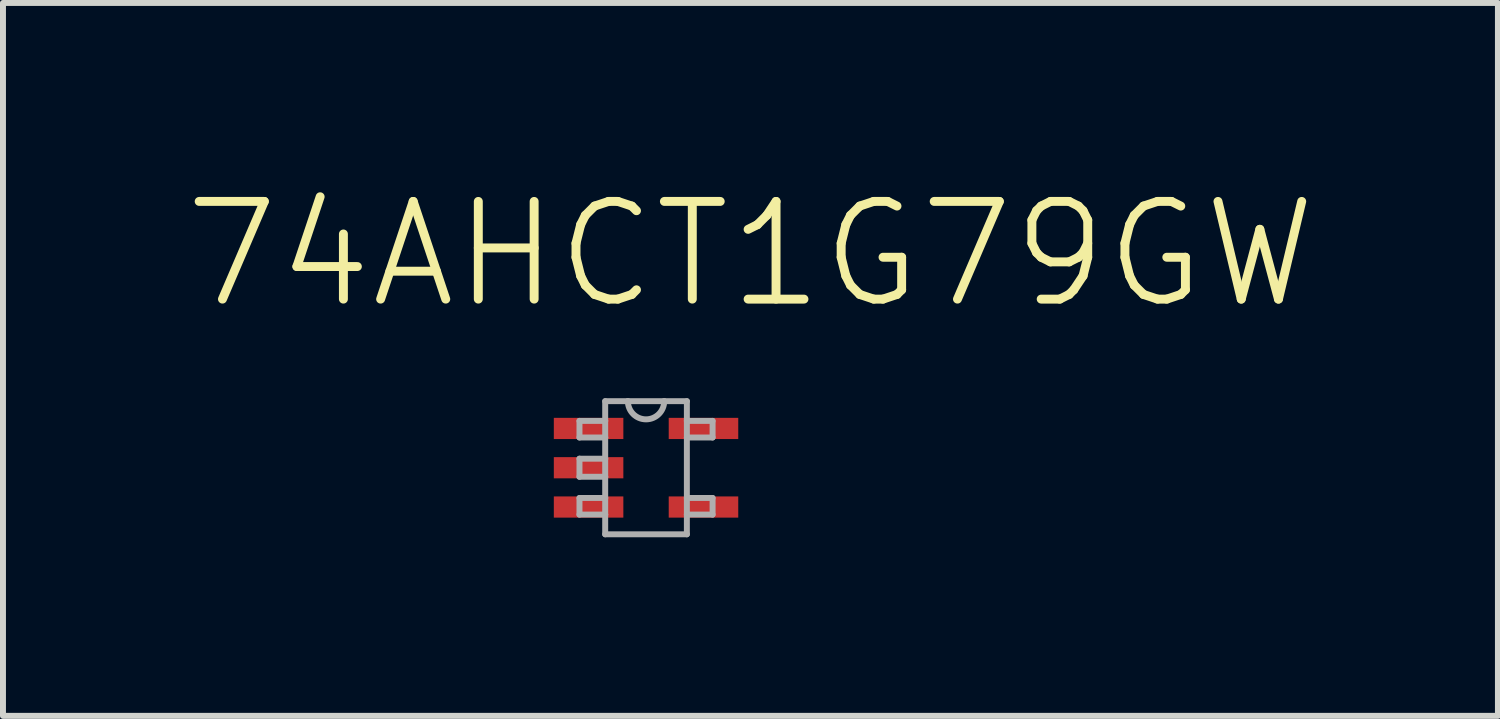
<source format=kicad_pcb>
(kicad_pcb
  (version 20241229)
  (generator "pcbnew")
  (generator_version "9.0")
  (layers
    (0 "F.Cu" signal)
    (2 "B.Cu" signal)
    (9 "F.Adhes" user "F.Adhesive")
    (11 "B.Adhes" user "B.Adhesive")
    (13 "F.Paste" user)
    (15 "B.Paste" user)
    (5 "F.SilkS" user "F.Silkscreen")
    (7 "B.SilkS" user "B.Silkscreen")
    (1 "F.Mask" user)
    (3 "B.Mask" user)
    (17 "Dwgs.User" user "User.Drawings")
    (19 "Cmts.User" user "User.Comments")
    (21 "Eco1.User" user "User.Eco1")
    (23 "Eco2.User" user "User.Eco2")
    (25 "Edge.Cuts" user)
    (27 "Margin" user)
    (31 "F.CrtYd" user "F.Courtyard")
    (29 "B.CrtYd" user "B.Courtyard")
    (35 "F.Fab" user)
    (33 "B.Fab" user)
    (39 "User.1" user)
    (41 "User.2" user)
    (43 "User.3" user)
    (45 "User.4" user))
  (footprint "74AHCT1G79GW"
    (layer "F.Cu")
    (at 7.802 4.807)
    (property "Reference" "74AHCT1G79GW" (at 1.754 -3.584 0) (layer "F.SilkS") (effects (font (size 1.641 1.641) (thickness 0.15))))
    (attr smd)
    (fp_line (start -1.118 -0.787) (end -1.118 -0.508) (stroke (width 0.1) (type solid)) (layer "F.Fab"))
    (fp_line (start -1.118 -0.508) (end -0.686 -0.508) (stroke (width 0.1) (type solid)) (layer "F.Fab"))
    (fp_line (start -1.118 -0.152) (end -1.118 0.152) (stroke (width 0.1) (type solid)) (layer "F.Fab"))
    (fp_line (start -1.118 0.152) (end -0.686 0.152) (stroke (width 0.1) (type solid)) (layer "F.Fab"))
    (fp_line (start -1.118 0.508) (end -1.118 0.787) (stroke (width 0.1) (type solid)) (layer "F.Fab"))
    (fp_line (start -1.118 0.787) (end -0.686 0.787) (stroke (width 0.1) (type solid)) (layer "F.Fab"))
    (fp_line (start -0.686 -1.118) (end -0.686 -0.787) (stroke (width 0.1) (type solid)) (layer "F.Fab"))
    (fp_line (start -0.686 -0.787) (end -1.118 -0.787) (stroke (width 0.1) (type solid)) (layer "F.Fab"))
    (fp_line (start -0.686 -0.787) (end -0.686 -0.508) (stroke (width 0.1) (type solid)) (layer "F.Fab"))
    (fp_line (start -0.686 -0.508) (end -0.686 -0.152) (stroke (width 0.1) (type solid)) (layer "F.Fab"))
    (fp_line (start -0.686 -0.152) (end -1.118 -0.152) (stroke (width 0.1) (type solid)) (layer "F.Fab"))
    (fp_line (start -0.686 -0.152) (end -0.686 0.152) (stroke (width 0.1) (type solid)) (layer "F.Fab"))
    (fp_line (start -0.686 0.152) (end -0.686 0.508) (stroke (width 0.1) (type solid)) (layer "F.Fab"))
    (fp_line (start -0.686 0.508) (end -1.118 0.508) (stroke (width 0.1) (type solid)) (layer "F.Fab"))
    (fp_line (start -0.686 0.508) (end -0.686 0.787) (stroke (width 0.1) (type solid)) (layer "F.Fab"))
    (fp_line (start -0.686 0.787) (end -0.686 1.118) (stroke (width 0.1) (type solid)) (layer "F.Fab"))
    (fp_line (start -0.686 1.118) (end 0.686 1.118) (stroke (width 0.1) (type solid)) (layer "F.Fab"))
    (fp_line (start -0.305 -1.118) (end -0.686 -1.118) (stroke (width 0.1) (type solid)) (layer "F.Fab"))
    (fp_line (start 0.305 -1.118) (end -0.305 -1.118) (stroke (width 0.1) (type solid)) (layer "F.Fab"))
    (fp_line (start 0.686 -1.118) (end 0.305 -1.118) (stroke (width 0.1) (type solid)) (layer "F.Fab"))
    (fp_line (start 0.686 -0.787) (end 0.686 -1.118) (stroke (width 0.1) (type solid)) (layer "F.Fab"))
    (fp_line (start 0.686 -0.508) (end 0.686 -0.787) (stroke (width 0.1) (type solid)) (layer "F.Fab"))
    (fp_line (start 0.686 -0.508) (end 1.118 -0.508) (stroke (width 0.1) (type solid)) (layer "F.Fab"))
    (fp_line (start 0.686 0.508) (end 0.686 -0.508) (stroke (width 0.1) (type solid)) (layer "F.Fab"))
    (fp_line (start 0.686 0.787) (end 0.686 0.508) (stroke (width 0.1) (type solid)) (layer "F.Fab"))
    (fp_line (start 0.686 0.787) (end 1.118 0.787) (stroke (width 0.1) (type solid)) (layer "F.Fab"))
    (fp_line (start 0.686 1.118) (end 0.686 0.787) (stroke (width 0.1) (type solid)) (layer "F.Fab"))
    (fp_line (start 1.118 -0.787) (end 0.686 -0.787) (stroke (width 0.1) (type solid)) (layer "F.Fab"))
    (fp_line (start 1.118 -0.508) (end 1.118 -0.787) (stroke (width 0.1) (type solid)) (layer "F.Fab"))
    (fp_line (start 1.118 0.508) (end 0.686 0.508) (stroke (width 0.1) (type solid)) (layer "F.Fab"))
    (fp_line (start 1.118 0.787) (end 1.118 0.508) (stroke (width 0.1) (type solid)) (layer "F.Fab"))
    (fp_arc (start 0.3048 -1.1176) (mid 0 -0.8128) (end -0.3048 -1.1176) (stroke (width 0.1) (type solid)) (layer "F.Fab"))
    (pad "1" smd rect (at -0.965 -0.66) (size 1.168 0.356) (layers "F.Cu" "F.Mask" "F.Paste"))
    (pad "2" smd rect (at -0.965 0) (size 1.168 0.356) (layers "F.Cu" "F.Mask" "F.Paste"))
    (pad "3" smd rect (at -0.965 0.66) (size 1.168 0.356) (layers "F.Cu" "F.Mask" "F.Paste"))
    (pad "4" smd rect (at 0.965 0.66) (size 1.168 0.356) (layers "F.Cu" "F.Mask" "F.Paste"))
    (pad "5" smd rect (at 0.965 -0.66) (size 1.168 0.356) (layers "F.Cu" "F.Mask" "F.Paste")))
  (gr_rect
    (start -3 -3)
    (end 22.112 8.975)
    (stroke (width 0.1) (type default))
    (fill no)
    (layer "Edge.Cuts")))
</source>
